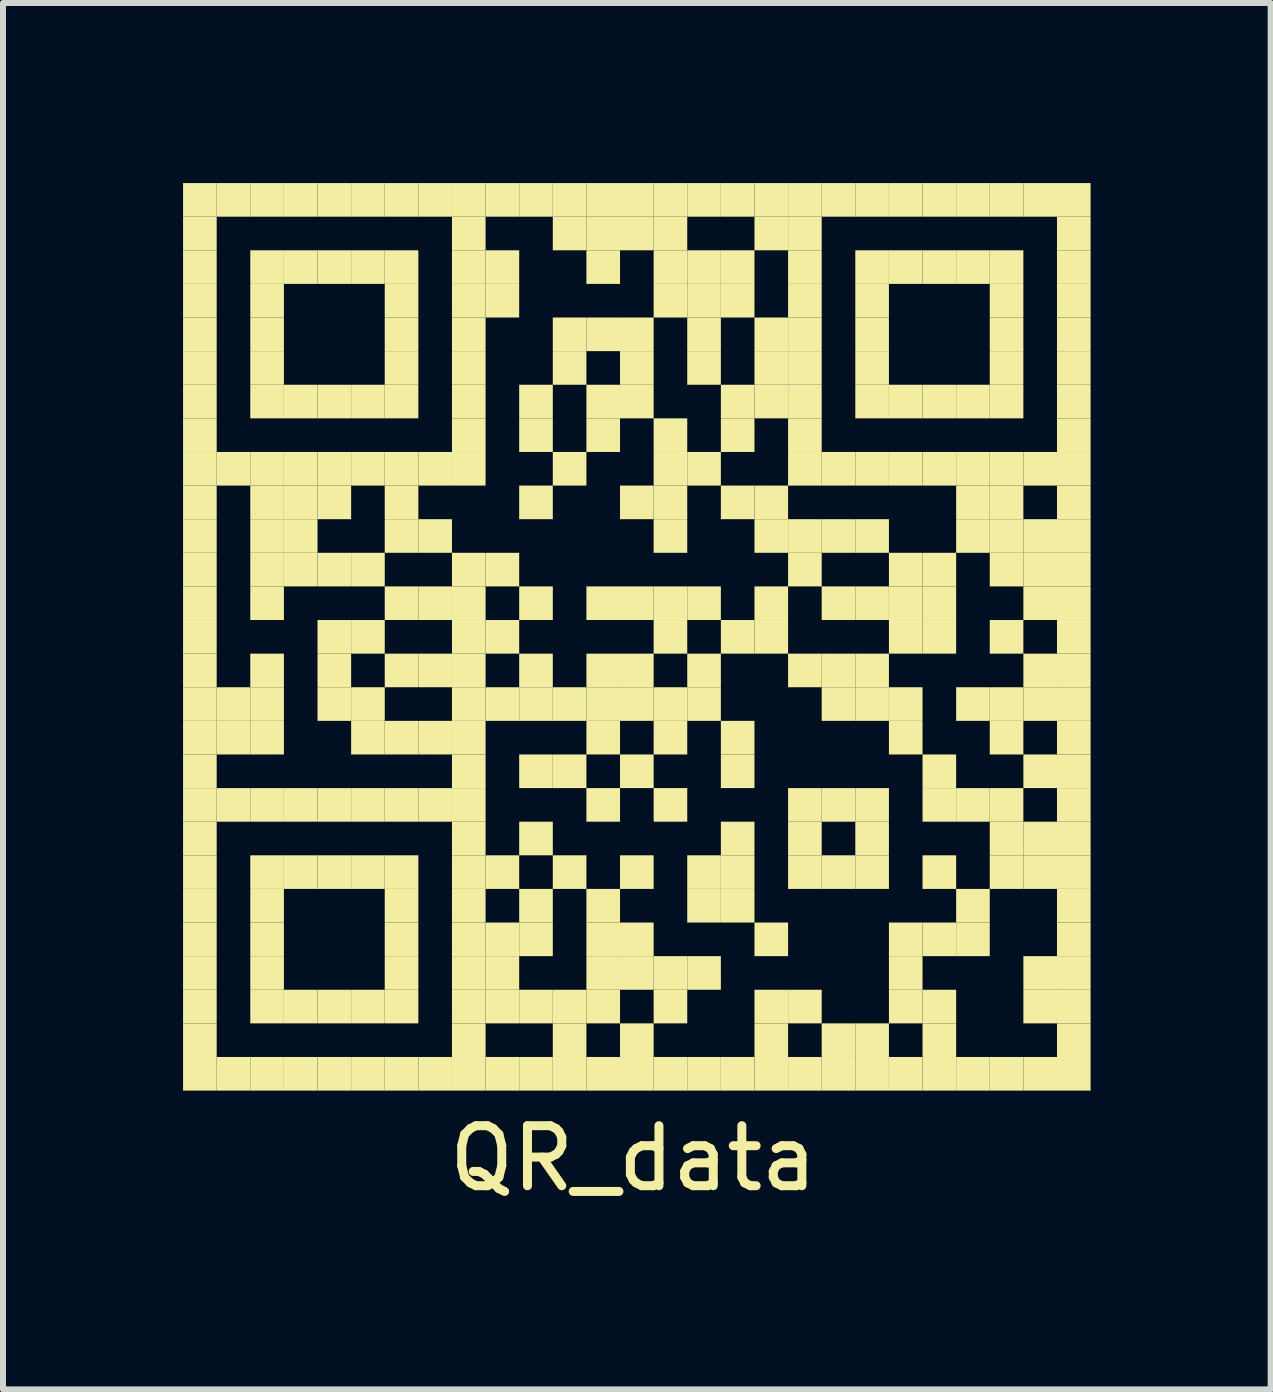
<source format=kicad_pcb>
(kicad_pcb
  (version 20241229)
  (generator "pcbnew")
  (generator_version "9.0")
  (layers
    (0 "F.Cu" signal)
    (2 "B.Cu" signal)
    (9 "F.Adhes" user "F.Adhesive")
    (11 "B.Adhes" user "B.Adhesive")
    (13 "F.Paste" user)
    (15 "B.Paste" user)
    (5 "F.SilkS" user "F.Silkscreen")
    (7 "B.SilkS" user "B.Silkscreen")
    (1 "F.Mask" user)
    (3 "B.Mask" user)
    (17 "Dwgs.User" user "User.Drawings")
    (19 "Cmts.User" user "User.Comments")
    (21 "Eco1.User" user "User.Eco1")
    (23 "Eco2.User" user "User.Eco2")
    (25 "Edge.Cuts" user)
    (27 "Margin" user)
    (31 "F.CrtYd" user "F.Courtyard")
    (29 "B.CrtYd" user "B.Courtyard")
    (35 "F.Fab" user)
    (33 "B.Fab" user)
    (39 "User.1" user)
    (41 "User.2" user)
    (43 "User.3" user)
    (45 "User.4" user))
  (footprint "QR_data"
    (layer "F.Cu")
    (at 7.5 7.5)
    (property "Reference" "QR_data" (at 0 8.75 0) (layer "F.SilkS") (effects (font (size 1 1) (thickness 0.15))))
    (attr exclude_from_pos_files exclude_from_bom)
    (fp_poly (pts (xy -7.5 -7.5) (xy -7.5 -6.94) (xy -6.94 -6.94) (xy -6.94 -7.5)) (stroke (width 0) (type solid)) (fill yes) (layer "F.SilkS"))
    (fp_poly (pts (xy -7.5 -6.94) (xy -7.5 -6.38) (xy -6.94 -6.38) (xy -6.94 -6.94)) (stroke (width 0) (type solid)) (fill yes) (layer "F.SilkS"))
    (fp_poly (pts (xy -7.5 -6.38) (xy -7.5 -5.82) (xy -6.94 -5.82) (xy -6.94 -6.38)) (stroke (width 0) (type solid)) (fill yes) (layer "F.SilkS"))
    (fp_poly (pts (xy -7.5 -5.82) (xy -7.5 -5.26) (xy -6.94 -5.26) (xy -6.94 -5.82)) (stroke (width 0) (type solid)) (fill yes) (layer "F.SilkS"))
    (fp_poly (pts (xy -7.5 -5.26) (xy -7.5 -4.7) (xy -6.94 -4.7) (xy -6.94 -5.26)) (stroke (width 0) (type solid)) (fill yes) (layer "F.SilkS"))
    (fp_poly (pts (xy -7.5 -4.7) (xy -7.5 -4.14) (xy -6.94 -4.14) (xy -6.94 -4.7)) (stroke (width 0) (type solid)) (fill yes) (layer "F.SilkS"))
    (fp_poly (pts (xy -7.5 -4.14) (xy -7.5 -3.58) (xy -6.94 -3.58) (xy -6.94 -4.14)) (stroke (width 0) (type solid)) (fill yes) (layer "F.SilkS"))
    (fp_poly (pts (xy -7.5 -3.58) (xy -7.5 -3.02) (xy -6.94 -3.02) (xy -6.94 -3.58)) (stroke (width 0) (type solid)) (fill yes) (layer "F.SilkS"))
    (fp_poly (pts (xy -7.5 -3.02) (xy -7.5 -2.46) (xy -6.94 -2.46) (xy -6.94 -3.02)) (stroke (width 0) (type solid)) (fill yes) (layer "F.SilkS"))
    (fp_poly (pts (xy -7.5 -2.46) (xy -7.5 -1.9) (xy -6.94 -1.9) (xy -6.94 -2.46)) (stroke (width 0) (type solid)) (fill yes) (layer "F.SilkS"))
    (fp_poly (pts (xy -7.5 -1.9) (xy -7.5 -1.34) (xy -6.94 -1.34) (xy -6.94 -1.9)) (stroke (width 0) (type solid)) (fill yes) (layer "F.SilkS"))
    (fp_poly (pts (xy -7.5 -1.34) (xy -7.5 -0.78) (xy -6.94 -0.78) (xy -6.94 -1.34)) (stroke (width 0) (type solid)) (fill yes) (layer "F.SilkS"))
    (fp_poly (pts (xy -7.5 -0.78) (xy -7.5 -0.22) (xy -6.94 -0.22) (xy -6.94 -0.78)) (stroke (width 0) (type solid)) (fill yes) (layer "F.SilkS"))
    (fp_poly (pts (xy -7.5 -0.22) (xy -7.5 0.34) (xy -6.94 0.34) (xy -6.94 -0.22)) (stroke (width 0) (type solid)) (fill yes) (layer "F.SilkS"))
    (fp_poly (pts (xy -7.5 0.34) (xy -7.5 0.9) (xy -6.94 0.9) (xy -6.94 0.34)) (stroke (width 0) (type solid)) (fill yes) (layer "F.SilkS"))
    (fp_poly (pts (xy -7.5 0.9) (xy -7.5 1.46) (xy -6.94 1.46) (xy -6.94 0.9)) (stroke (width 0) (type solid)) (fill yes) (layer "F.SilkS"))
    (fp_poly (pts (xy -7.5 1.46) (xy -7.5 2.02) (xy -6.94 2.02) (xy -6.94 1.46)) (stroke (width 0) (type solid)) (fill yes) (layer "F.SilkS"))
    (fp_poly (pts (xy -7.5 2.02) (xy -7.5 2.58) (xy -6.94 2.58) (xy -6.94 2.02)) (stroke (width 0) (type solid)) (fill yes) (layer "F.SilkS"))
    (fp_poly (pts (xy -7.5 2.58) (xy -7.5 3.14) (xy -6.94 3.14) (xy -6.94 2.58)) (stroke (width 0) (type solid)) (fill yes) (layer "F.SilkS"))
    (fp_poly (pts (xy -7.5 3.14) (xy -7.5 3.7) (xy -6.94 3.7) (xy -6.94 3.14)) (stroke (width 0) (type solid)) (fill yes) (layer "F.SilkS"))
    (fp_poly (pts (xy -7.5 3.7) (xy -7.5 4.26) (xy -6.94 4.26) (xy -6.94 3.7)) (stroke (width 0) (type solid)) (fill yes) (layer "F.SilkS"))
    (fp_poly (pts (xy -7.5 4.26) (xy -7.5 4.82) (xy -6.94 4.82) (xy -6.94 4.26)) (stroke (width 0) (type solid)) (fill yes) (layer "F.SilkS"))
    (fp_poly (pts (xy -7.5 4.82) (xy -7.5 5.38) (xy -6.94 5.38) (xy -6.94 4.82)) (stroke (width 0) (type solid)) (fill yes) (layer "F.SilkS"))
    (fp_poly (pts (xy -7.5 5.38) (xy -7.5 5.94) (xy -6.94 5.94) (xy -6.94 5.38)) (stroke (width 0) (type solid)) (fill yes) (layer "F.SilkS"))
    (fp_poly (pts (xy -7.5 5.94) (xy -7.5 6.5) (xy -6.94 6.5) (xy -6.94 5.94)) (stroke (width 0) (type solid)) (fill yes) (layer "F.SilkS"))
    (fp_poly (pts (xy -7.5 6.5) (xy -7.5 7.06) (xy -6.94 7.06) (xy -6.94 6.5)) (stroke (width 0) (type solid)) (fill yes) (layer "F.SilkS"))
    (fp_poly (pts (xy -7.5 7.06) (xy -7.5 7.62) (xy -6.94 7.62) (xy -6.94 7.06)) (stroke (width 0) (type solid)) (fill yes) (layer "F.SilkS"))
    (fp_poly (pts (xy -6.94 -7.5) (xy -6.94 -6.94) (xy -6.38 -6.94) (xy -6.38 -7.5)) (stroke (width 0) (type solid)) (fill yes) (layer "F.SilkS"))
    (fp_poly (pts (xy -6.94 -3.02) (xy -6.94 -2.46) (xy -6.38 -2.46) (xy -6.38 -3.02)) (stroke (width 0) (type solid)) (fill yes) (layer "F.SilkS"))
    (fp_poly (pts (xy -6.94 0.9) (xy -6.94 1.46) (xy -6.38 1.46) (xy -6.38 0.9)) (stroke (width 0) (type solid)) (fill yes) (layer "F.SilkS"))
    (fp_poly (pts (xy -6.94 1.46) (xy -6.94 2.02) (xy -6.38 2.02) (xy -6.38 1.46)) (stroke (width 0) (type solid)) (fill yes) (layer "F.SilkS"))
    (fp_poly (pts (xy -6.94 2.58) (xy -6.94 3.14) (xy -6.38 3.14) (xy -6.38 2.58)) (stroke (width 0) (type solid)) (fill yes) (layer "F.SilkS"))
    (fp_poly (pts (xy -6.94 7.06) (xy -6.94 7.62) (xy -6.38 7.62) (xy -6.38 7.06)) (stroke (width 0) (type solid)) (fill yes) (layer "F.SilkS"))
    (fp_poly (pts (xy -6.38 -7.5) (xy -6.38 -6.94) (xy -5.82 -6.94) (xy -5.82 -7.5)) (stroke (width 0) (type solid)) (fill yes) (layer "F.SilkS"))
    (fp_poly (pts (xy -6.38 -6.38) (xy -6.38 -5.82) (xy -5.82 -5.82) (xy -5.82 -6.38)) (stroke (width 0) (type solid)) (fill yes) (layer "F.SilkS"))
    (fp_poly (pts (xy -6.38 -5.82) (xy -6.38 -5.26) (xy -5.82 -5.26) (xy -5.82 -5.82)) (stroke (width 0) (type solid)) (fill yes) (layer "F.SilkS"))
    (fp_poly (pts (xy -6.38 -5.26) (xy -6.38 -4.7) (xy -5.82 -4.7) (xy -5.82 -5.26)) (stroke (width 0) (type solid)) (fill yes) (layer "F.SilkS"))
    (fp_poly (pts (xy -6.38 -4.7) (xy -6.38 -4.14) (xy -5.82 -4.14) (xy -5.82 -4.7)) (stroke (width 0) (type solid)) (fill yes) (layer "F.SilkS"))
    (fp_poly (pts (xy -6.38 -4.14) (xy -6.38 -3.58) (xy -5.82 -3.58) (xy -5.82 -4.14)) (stroke (width 0) (type solid)) (fill yes) (layer "F.SilkS"))
    (fp_poly (pts (xy -6.38 -3.02) (xy -6.38 -2.46) (xy -5.82 -2.46) (xy -5.82 -3.02)) (stroke (width 0) (type solid)) (fill yes) (layer "F.SilkS"))
    (fp_poly (pts (xy -6.38 -2.46) (xy -6.38 -1.9) (xy -5.82 -1.9) (xy -5.82 -2.46)) (stroke (width 0) (type solid)) (fill yes) (layer "F.SilkS"))
    (fp_poly (pts (xy -6.38 -1.9) (xy -6.38 -1.34) (xy -5.82 -1.34) (xy -5.82 -1.9)) (stroke (width 0) (type solid)) (fill yes) (layer "F.SilkS"))
    (fp_poly (pts (xy -6.38 -1.34) (xy -6.38 -0.78) (xy -5.82 -0.78) (xy -5.82 -1.34)) (stroke (width 0) (type solid)) (fill yes) (layer "F.SilkS"))
    (fp_poly (pts (xy -6.38 -0.78) (xy -6.38 -0.22) (xy -5.82 -0.22) (xy -5.82 -0.78)) (stroke (width 0) (type solid)) (fill yes) (layer "F.SilkS"))
    (fp_poly (pts (xy -6.38 0.34) (xy -6.38 0.9) (xy -5.82 0.9) (xy -5.82 0.34)) (stroke (width 0) (type solid)) (fill yes) (layer "F.SilkS"))
    (fp_poly (pts (xy -6.38 0.9) (xy -6.38 1.46) (xy -5.82 1.46) (xy -5.82 0.9)) (stroke (width 0) (type solid)) (fill yes) (layer "F.SilkS"))
    (fp_poly (pts (xy -6.38 1.46) (xy -6.38 2.02) (xy -5.82 2.02) (xy -5.82 1.46)) (stroke (width 0) (type solid)) (fill yes) (layer "F.SilkS"))
    (fp_poly (pts (xy -6.38 2.58) (xy -6.38 3.14) (xy -5.82 3.14) (xy -5.82 2.58)) (stroke (width 0) (type solid)) (fill yes) (layer "F.SilkS"))
    (fp_poly (pts (xy -6.38 3.7) (xy -6.38 4.26) (xy -5.82 4.26) (xy -5.82 3.7)) (stroke (width 0) (type solid)) (fill yes) (layer "F.SilkS"))
    (fp_poly (pts (xy -6.38 4.26) (xy -6.38 4.82) (xy -5.82 4.82) (xy -5.82 4.26)) (stroke (width 0) (type solid)) (fill yes) (layer "F.SilkS"))
    (fp_poly (pts (xy -6.38 4.82) (xy -6.38 5.38) (xy -5.82 5.38) (xy -5.82 4.82)) (stroke (width 0) (type solid)) (fill yes) (layer "F.SilkS"))
    (fp_poly (pts (xy -6.38 5.38) (xy -6.38 5.94) (xy -5.82 5.94) (xy -5.82 5.38)) (stroke (width 0) (type solid)) (fill yes) (layer "F.SilkS"))
    (fp_poly (pts (xy -6.38 5.94) (xy -6.38 6.5) (xy -5.82 6.5) (xy -5.82 5.94)) (stroke (width 0) (type solid)) (fill yes) (layer "F.SilkS"))
    (fp_poly (pts (xy -6.38 7.06) (xy -6.38 7.62) (xy -5.82 7.62) (xy -5.82 7.06)) (stroke (width 0) (type solid)) (fill yes) (layer "F.SilkS"))
    (fp_poly (pts (xy -5.82 -7.5) (xy -5.82 -6.94) (xy -5.26 -6.94) (xy -5.26 -7.5)) (stroke (width 0) (type solid)) (fill yes) (layer "F.SilkS"))
    (fp_poly (pts (xy -5.82 -6.38) (xy -5.82 -5.82) (xy -5.26 -5.82) (xy -5.26 -6.38)) (stroke (width 0) (type solid)) (fill yes) (layer "F.SilkS"))
    (fp_poly (pts (xy -5.82 -4.14) (xy -5.82 -3.58) (xy -5.26 -3.58) (xy -5.26 -4.14)) (stroke (width 0) (type solid)) (fill yes) (layer "F.SilkS"))
    (fp_poly (pts (xy -5.82 -3.02) (xy -5.82 -2.46) (xy -5.26 -2.46) (xy -5.26 -3.02)) (stroke (width 0) (type solid)) (fill yes) (layer "F.SilkS"))
    (fp_poly (pts (xy -5.82 -2.46) (xy -5.82 -1.9) (xy -5.26 -1.9) (xy -5.26 -2.46)) (stroke (width 0) (type solid)) (fill yes) (layer "F.SilkS"))
    (fp_poly (pts (xy -5.82 -1.9) (xy -5.82 -1.34) (xy -5.26 -1.34) (xy -5.26 -1.9)) (stroke (width 0) (type solid)) (fill yes) (layer "F.SilkS"))
    (fp_poly (pts (xy -5.82 -1.34) (xy -5.82 -0.78) (xy -5.26 -0.78) (xy -5.26 -1.34)) (stroke (width 0) (type solid)) (fill yes) (layer "F.SilkS"))
    (fp_poly (pts (xy -5.82 2.58) (xy -5.82 3.14) (xy -5.26 3.14) (xy -5.26 2.58)) (stroke (width 0) (type solid)) (fill yes) (layer "F.SilkS"))
    (fp_poly (pts (xy -5.82 3.7) (xy -5.82 4.26) (xy -5.26 4.26) (xy -5.26 3.7)) (stroke (width 0) (type solid)) (fill yes) (layer "F.SilkS"))
    (fp_poly (pts (xy -5.82 5.94) (xy -5.82 6.5) (xy -5.26 6.5) (xy -5.26 5.94)) (stroke (width 0) (type solid)) (fill yes) (layer "F.SilkS"))
    (fp_poly (pts (xy -5.82 7.06) (xy -5.82 7.62) (xy -5.26 7.62) (xy -5.26 7.06)) (stroke (width 0) (type solid)) (fill yes) (layer "F.SilkS"))
    (fp_poly (pts (xy -5.26 -7.5) (xy -5.26 -6.94) (xy -4.7 -6.94) (xy -4.7 -7.5)) (stroke (width 0) (type solid)) (fill yes) (layer "F.SilkS"))
    (fp_poly (pts (xy -5.26 -6.38) (xy -5.26 -5.82) (xy -4.7 -5.82) (xy -4.7 -6.38)) (stroke (width 0) (type solid)) (fill yes) (layer "F.SilkS"))
    (fp_poly (pts (xy -5.26 -4.14) (xy -5.26 -3.58) (xy -4.7 -3.58) (xy -4.7 -4.14)) (stroke (width 0) (type solid)) (fill yes) (layer "F.SilkS"))
    (fp_poly (pts (xy -5.26 -3.02) (xy -5.26 -2.46) (xy -4.7 -2.46) (xy -4.7 -3.02)) (stroke (width 0) (type solid)) (fill yes) (layer "F.SilkS"))
    (fp_poly (pts (xy -5.26 -2.46) (xy -5.26 -1.9) (xy -4.7 -1.9) (xy -4.7 -2.46)) (stroke (width 0) (type solid)) (fill yes) (layer "F.SilkS"))
    (fp_poly (pts (xy -5.26 -1.34) (xy -5.26 -0.78) (xy -4.7 -0.78) (xy -4.7 -1.34)) (stroke (width 0) (type solid)) (fill yes) (layer "F.SilkS"))
    (fp_poly (pts (xy -5.26 -0.22) (xy -5.26 0.34) (xy -4.7 0.34) (xy -4.7 -0.22)) (stroke (width 0) (type solid)) (fill yes) (layer "F.SilkS"))
    (fp_poly (pts (xy -5.26 0.34) (xy -5.26 0.9) (xy -4.7 0.9) (xy -4.7 0.34)) (stroke (width 0) (type solid)) (fill yes) (layer "F.SilkS"))
    (fp_poly (pts (xy -5.26 0.9) (xy -5.26 1.46) (xy -4.7 1.46) (xy -4.7 0.9)) (stroke (width 0) (type solid)) (fill yes) (layer "F.SilkS"))
    (fp_poly (pts (xy -5.26 2.58) (xy -5.26 3.14) (xy -4.7 3.14) (xy -4.7 2.58)) (stroke (width 0) (type solid)) (fill yes) (layer "F.SilkS"))
    (fp_poly (pts (xy -5.26 3.7) (xy -5.26 4.26) (xy -4.7 4.26) (xy -4.7 3.7)) (stroke (width 0) (type solid)) (fill yes) (layer "F.SilkS"))
    (fp_poly (pts (xy -5.26 5.94) (xy -5.26 6.5) (xy -4.7 6.5) (xy -4.7 5.94)) (stroke (width 0) (type solid)) (fill yes) (layer "F.SilkS"))
    (fp_poly (pts (xy -5.26 7.06) (xy -5.26 7.62) (xy -4.7 7.62) (xy -4.7 7.06)) (stroke (width 0) (type solid)) (fill yes) (layer "F.SilkS"))
    (fp_poly (pts (xy -4.7 -7.5) (xy -4.7 -6.94) (xy -4.14 -6.94) (xy -4.14 -7.5)) (stroke (width 0) (type solid)) (fill yes) (layer "F.SilkS"))
    (fp_poly (pts (xy -4.7 -6.38) (xy -4.7 -5.82) (xy -4.14 -5.82) (xy -4.14 -6.38)) (stroke (width 0) (type solid)) (fill yes) (layer "F.SilkS"))
    (fp_poly (pts (xy -4.7 -4.14) (xy -4.7 -3.58) (xy -4.14 -3.58) (xy -4.14 -4.14)) (stroke (width 0) (type solid)) (fill yes) (layer "F.SilkS"))
    (fp_poly (pts (xy -4.7 -3.02) (xy -4.7 -2.46) (xy -4.14 -2.46) (xy -4.14 -3.02)) (stroke (width 0) (type solid)) (fill yes) (layer "F.SilkS"))
    (fp_poly (pts (xy -4.7 -1.34) (xy -4.7 -0.78) (xy -4.14 -0.78) (xy -4.14 -1.34)) (stroke (width 0) (type solid)) (fill yes) (layer "F.SilkS"))
    (fp_poly (pts (xy -4.7 -0.22) (xy -4.7 0.34) (xy -4.14 0.34) (xy -4.14 -0.22)) (stroke (width 0) (type solid)) (fill yes) (layer "F.SilkS"))
    (fp_poly (pts (xy -4.7 0.9) (xy -4.7 1.46) (xy -4.14 1.46) (xy -4.14 0.9)) (stroke (width 0) (type solid)) (fill yes) (layer "F.SilkS"))
    (fp_poly (pts (xy -4.7 1.46) (xy -4.7 2.02) (xy -4.14 2.02) (xy -4.14 1.46)) (stroke (width 0) (type solid)) (fill yes) (layer "F.SilkS"))
    (fp_poly (pts (xy -4.7 2.58) (xy -4.7 3.14) (xy -4.14 3.14) (xy -4.14 2.58)) (stroke (width 0) (type solid)) (fill yes) (layer "F.SilkS"))
    (fp_poly (pts (xy -4.7 3.7) (xy -4.7 4.26) (xy -4.14 4.26) (xy -4.14 3.7)) (stroke (width 0) (type solid)) (fill yes) (layer "F.SilkS"))
    (fp_poly (pts (xy -4.7 5.94) (xy -4.7 6.5) (xy -4.14 6.5) (xy -4.14 5.94)) (stroke (width 0) (type solid)) (fill yes) (layer "F.SilkS"))
    (fp_poly (pts (xy -4.7 7.06) (xy -4.7 7.62) (xy -4.14 7.62) (xy -4.14 7.06)) (stroke (width 0) (type solid)) (fill yes) (layer "F.SilkS"))
    (fp_poly (pts (xy -4.14 -7.5) (xy -4.14 -6.94) (xy -3.58 -6.94) (xy -3.58 -7.5)) (stroke (width 0) (type solid)) (fill yes) (layer "F.SilkS"))
    (fp_poly (pts (xy -4.14 -6.38) (xy -4.14 -5.82) (xy -3.58 -5.82) (xy -3.58 -6.38)) (stroke (width 0) (type solid)) (fill yes) (layer "F.SilkS"))
    (fp_poly (pts (xy -4.14 -5.82) (xy -4.14 -5.26) (xy -3.58 -5.26) (xy -3.58 -5.82)) (stroke (width 0) (type solid)) (fill yes) (layer "F.SilkS"))
    (fp_poly (pts (xy -4.14 -5.26) (xy -4.14 -4.7) (xy -3.58 -4.7) (xy -3.58 -5.26)) (stroke (width 0) (type solid)) (fill yes) (layer "F.SilkS"))
    (fp_poly (pts (xy -4.14 -4.7) (xy -4.14 -4.14) (xy -3.58 -4.14) (xy -3.58 -4.7)) (stroke (width 0) (type solid)) (fill yes) (layer "F.SilkS"))
    (fp_poly (pts (xy -4.14 -4.14) (xy -4.14 -3.58) (xy -3.58 -3.58) (xy -3.58 -4.14)) (stroke (width 0) (type solid)) (fill yes) (layer "F.SilkS"))
    (fp_poly (pts (xy -4.14 -3.02) (xy -4.14 -2.46) (xy -3.58 -2.46) (xy -3.58 -3.02)) (stroke (width 0) (type solid)) (fill yes) (layer "F.SilkS"))
    (fp_poly (pts (xy -4.14 -2.46) (xy -4.14 -1.9) (xy -3.58 -1.9) (xy -3.58 -2.46)) (stroke (width 0) (type solid)) (fill yes) (layer "F.SilkS"))
    (fp_poly (pts (xy -4.14 -1.9) (xy -4.14 -1.34) (xy -3.58 -1.34) (xy -3.58 -1.9)) (stroke (width 0) (type solid)) (fill yes) (layer "F.SilkS"))
    (fp_poly (pts (xy -4.14 -0.78) (xy -4.14 -0.22) (xy -3.58 -0.22) (xy -3.58 -0.78)) (stroke (width 0) (type solid)) (fill yes) (layer "F.SilkS"))
    (fp_poly (pts (xy -4.14 0.34) (xy -4.14 0.9) (xy -3.58 0.9) (xy -3.58 0.34)) (stroke (width 0) (type solid)) (fill yes) (layer "F.SilkS"))
    (fp_poly (pts (xy -4.14 1.46) (xy -4.14 2.02) (xy -3.58 2.02) (xy -3.58 1.46)) (stroke (width 0) (type solid)) (fill yes) (layer "F.SilkS"))
    (fp_poly (pts (xy -4.14 2.58) (xy -4.14 3.14) (xy -3.58 3.14) (xy -3.58 2.58)) (stroke (width 0) (type solid)) (fill yes) (layer "F.SilkS"))
    (fp_poly (pts (xy -4.14 3.7) (xy -4.14 4.26) (xy -3.58 4.26) (xy -3.58 3.7)) (stroke (width 0) (type solid)) (fill yes) (layer "F.SilkS"))
    (fp_poly (pts (xy -4.14 4.26) (xy -4.14 4.82) (xy -3.58 4.82) (xy -3.58 4.26)) (stroke (width 0) (type solid)) (fill yes) (layer "F.SilkS"))
    (fp_poly (pts (xy -4.14 4.82) (xy -4.14 5.38) (xy -3.58 5.38) (xy -3.58 4.82)) (stroke (width 0) (type solid)) (fill yes) (layer "F.SilkS"))
    (fp_poly (pts (xy -4.14 5.38) (xy -4.14 5.94) (xy -3.58 5.94) (xy -3.58 5.38)) (stroke (width 0) (type solid)) (fill yes) (layer "F.SilkS"))
    (fp_poly (pts (xy -4.14 5.94) (xy -4.14 6.5) (xy -3.58 6.5) (xy -3.58 5.94)) (stroke (width 0) (type solid)) (fill yes) (layer "F.SilkS"))
    (fp_poly (pts (xy -4.14 7.06) (xy -4.14 7.62) (xy -3.58 7.62) (xy -3.58 7.06)) (stroke (width 0) (type solid)) (fill yes) (layer "F.SilkS"))
    (fp_poly (pts (xy -3.58 -7.5) (xy -3.58 -6.94) (xy -3.02 -6.94) (xy -3.02 -7.5)) (stroke (width 0) (type solid)) (fill yes) (layer "F.SilkS"))
    (fp_poly (pts (xy -3.58 -3.02) (xy -3.58 -2.46) (xy -3.02 -2.46) (xy -3.02 -3.02)) (stroke (width 0) (type solid)) (fill yes) (layer "F.SilkS"))
    (fp_poly (pts (xy -3.58 -1.9) (xy -3.58 -1.34) (xy -3.02 -1.34) (xy -3.02 -1.9)) (stroke (width 0) (type solid)) (fill yes) (layer "F.SilkS"))
    (fp_poly (pts (xy -3.58 -0.78) (xy -3.58 -0.22) (xy -3.02 -0.22) (xy -3.02 -0.78)) (stroke (width 0) (type solid)) (fill yes) (layer "F.SilkS"))
    (fp_poly (pts (xy -3.58 0.34) (xy -3.58 0.9) (xy -3.02 0.9) (xy -3.02 0.34)) (stroke (width 0) (type solid)) (fill yes) (layer "F.SilkS"))
    (fp_poly (pts (xy -3.58 1.46) (xy -3.58 2.02) (xy -3.02 2.02) (xy -3.02 1.46)) (stroke (width 0) (type solid)) (fill yes) (layer "F.SilkS"))
    (fp_poly (pts (xy -3.58 2.58) (xy -3.58 3.14) (xy -3.02 3.14) (xy -3.02 2.58)) (stroke (width 0) (type solid)) (fill yes) (layer "F.SilkS"))
    (fp_poly (pts (xy -3.58 7.06) (xy -3.58 7.62) (xy -3.02 7.62) (xy -3.02 7.06)) (stroke (width 0) (type solid)) (fill yes) (layer "F.SilkS"))
    (fp_poly (pts (xy -3.02 -7.5) (xy -3.02 -6.94) (xy -2.46 -6.94) (xy -2.46 -7.5)) (stroke (width 0) (type solid)) (fill yes) (layer "F.SilkS"))
    (fp_poly (pts (xy -3.02 -6.94) (xy -3.02 -6.38) (xy -2.46 -6.38) (xy -2.46 -6.94)) (stroke (width 0) (type solid)) (fill yes) (layer "F.SilkS"))
    (fp_poly (pts (xy -3.02 -6.38) (xy -3.02 -5.82) (xy -2.46 -5.82) (xy -2.46 -6.38)) (stroke (width 0) (type solid)) (fill yes) (layer "F.SilkS"))
    (fp_poly (pts (xy -3.02 -5.82) (xy -3.02 -5.26) (xy -2.46 -5.26) (xy -2.46 -5.82)) (stroke (width 0) (type solid)) (fill yes) (layer "F.SilkS"))
    (fp_poly (pts (xy -3.02 -5.26) (xy -3.02 -4.7) (xy -2.46 -4.7) (xy -2.46 -5.26)) (stroke (width 0) (type solid)) (fill yes) (layer "F.SilkS"))
    (fp_poly (pts (xy -3.02 -4.7) (xy -3.02 -4.14) (xy -2.46 -4.14) (xy -2.46 -4.7)) (stroke (width 0) (type solid)) (fill yes) (layer "F.SilkS"))
    (fp_poly (pts (xy -3.02 -4.14) (xy -3.02 -3.58) (xy -2.46 -3.58) (xy -2.46 -4.14)) (stroke (width 0) (type solid)) (fill yes) (layer "F.SilkS"))
    (fp_poly (pts (xy -3.02 -3.58) (xy -3.02 -3.02) (xy -2.46 -3.02) (xy -2.46 -3.58)) (stroke (width 0) (type solid)) (fill yes) (layer "F.SilkS"))
    (fp_poly (pts (xy -3.02 -3.02) (xy -3.02 -2.46) (xy -2.46 -2.46) (xy -2.46 -3.02)) (stroke (width 0) (type solid)) (fill yes) (layer "F.SilkS"))
    (fp_poly (pts (xy -3.02 -1.34) (xy -3.02 -0.78) (xy -2.46 -0.78) (xy -2.46 -1.34)) (stroke (width 0) (type solid)) (fill yes) (layer "F.SilkS"))
    (fp_poly (pts (xy -3.02 -0.78) (xy -3.02 -0.22) (xy -2.46 -0.22) (xy -2.46 -0.78)) (stroke (width 0) (type solid)) (fill yes) (layer "F.SilkS"))
    (fp_poly (pts (xy -3.02 -0.22) (xy -3.02 0.34) (xy -2.46 0.34) (xy -2.46 -0.22)) (stroke (width 0) (type solid)) (fill yes) (layer "F.SilkS"))
    (fp_poly (pts (xy -3.02 0.34) (xy -3.02 0.9) (xy -2.46 0.9) (xy -2.46 0.34)) (stroke (width 0) (type solid)) (fill yes) (layer "F.SilkS"))
    (fp_poly (pts (xy -3.02 0.9) (xy -3.02 1.46) (xy -2.46 1.46) (xy -2.46 0.9)) (stroke (width 0) (type solid)) (fill yes) (layer "F.SilkS"))
    (fp_poly (pts (xy -3.02 1.46) (xy -3.02 2.02) (xy -2.46 2.02) (xy -2.46 1.46)) (stroke (width 0) (type solid)) (fill yes) (layer "F.SilkS"))
    (fp_poly (pts (xy -3.02 2.02) (xy -3.02 2.58) (xy -2.46 2.58) (xy -2.46 2.02)) (stroke (width 0) (type solid)) (fill yes) (layer "F.SilkS"))
    (fp_poly (pts (xy -3.02 2.58) (xy -3.02 3.14) (xy -2.46 3.14) (xy -2.46 2.58)) (stroke (width 0) (type solid)) (fill yes) (layer "F.SilkS"))
    (fp_poly (pts (xy -3.02 3.14) (xy -3.02 3.7) (xy -2.46 3.7) (xy -2.46 3.14)) (stroke (width 0) (type solid)) (fill yes) (layer "F.SilkS"))
    (fp_poly (pts (xy -3.02 3.7) (xy -3.02 4.26) (xy -2.46 4.26) (xy -2.46 3.7)) (stroke (width 0) (type solid)) (fill yes) (layer "F.SilkS"))
    (fp_poly (pts (xy -3.02 4.26) (xy -3.02 4.82) (xy -2.46 4.82) (xy -2.46 4.26)) (stroke (width 0) (type solid)) (fill yes) (layer "F.SilkS"))
    (fp_poly (pts (xy -3.02 4.82) (xy -3.02 5.38) (xy -2.46 5.38) (xy -2.46 4.82)) (stroke (width 0) (type solid)) (fill yes) (layer "F.SilkS"))
    (fp_poly (pts (xy -3.02 5.38) (xy -3.02 5.94) (xy -2.46 5.94) (xy -2.46 5.38)) (stroke (width 0) (type solid)) (fill yes) (layer "F.SilkS"))
    (fp_poly (pts (xy -3.02 5.94) (xy -3.02 6.5) (xy -2.46 6.5) (xy -2.46 5.94)) (stroke (width 0) (type solid)) (fill yes) (layer "F.SilkS"))
    (fp_poly (pts (xy -3.02 6.5) (xy -3.02 7.06) (xy -2.46 7.06) (xy -2.46 6.5)) (stroke (width 0) (type solid)) (fill yes) (layer "F.SilkS"))
    (fp_poly (pts (xy -3.02 7.06) (xy -3.02 7.62) (xy -2.46 7.62) (xy -2.46 7.06)) (stroke (width 0) (type solid)) (fill yes) (layer "F.SilkS"))
    (fp_poly (pts (xy -2.46 -7.5) (xy -2.46 -6.94) (xy -1.9 -6.94) (xy -1.9 -7.5)) (stroke (width 0) (type solid)) (fill yes) (layer "F.SilkS"))
    (fp_poly (pts (xy -2.46 -6.38) (xy -2.46 -5.82) (xy -1.9 -5.82) (xy -1.9 -6.38)) (stroke (width 0) (type solid)) (fill yes) (layer "F.SilkS"))
    (fp_poly (pts (xy -2.46 -5.82) (xy -2.46 -5.26) (xy -1.9 -5.26) (xy -1.9 -5.82)) (stroke (width 0) (type solid)) (fill yes) (layer "F.SilkS"))
    (fp_poly (pts (xy -2.46 -1.34) (xy -2.46 -0.78) (xy -1.9 -0.78) (xy -1.9 -1.34)) (stroke (width 0) (type solid)) (fill yes) (layer "F.SilkS"))
    (fp_poly (pts (xy -2.46 -0.22) (xy -2.46 0.34) (xy -1.9 0.34) (xy -1.9 -0.22)) (stroke (width 0) (type solid)) (fill yes) (layer "F.SilkS"))
    (fp_poly (pts (xy -2.46 0.9) (xy -2.46 1.46) (xy -1.9 1.46) (xy -1.9 0.9)) (stroke (width 0) (type solid)) (fill yes) (layer "F.SilkS"))
    (fp_poly (pts (xy -2.46 3.7) (xy -2.46 4.26) (xy -1.9 4.26) (xy -1.9 3.7)) (stroke (width 0) (type solid)) (fill yes) (layer "F.SilkS"))
    (fp_poly (pts (xy -2.46 4.82) (xy -2.46 5.38) (xy -1.9 5.38) (xy -1.9 4.82)) (stroke (width 0) (type solid)) (fill yes) (layer "F.SilkS"))
    (fp_poly (pts (xy -2.46 5.38) (xy -2.46 5.94) (xy -1.9 5.94) (xy -1.9 5.38)) (stroke (width 0) (type solid)) (fill yes) (layer "F.SilkS"))
    (fp_poly (pts (xy -2.46 5.94) (xy -2.46 6.5) (xy -1.9 6.5) (xy -1.9 5.94)) (stroke (width 0) (type solid)) (fill yes) (layer "F.SilkS"))
    (fp_poly (pts (xy -2.46 7.06) (xy -2.46 7.62) (xy -1.9 7.62) (xy -1.9 7.06)) (stroke (width 0) (type solid)) (fill yes) (layer "F.SilkS"))
    (fp_poly (pts (xy -1.9 -7.5) (xy -1.9 -6.94) (xy -1.34 -6.94) (xy -1.34 -7.5)) (stroke (width 0) (type solid)) (fill yes) (layer "F.SilkS"))
    (fp_poly (pts (xy -1.9 -4.14) (xy -1.9 -3.58) (xy -1.34 -3.58) (xy -1.34 -4.14)) (stroke (width 0) (type solid)) (fill yes) (layer "F.SilkS"))
    (fp_poly (pts (xy -1.9 -3.58) (xy -1.9 -3.02) (xy -1.34 -3.02) (xy -1.34 -3.58)) (stroke (width 0) (type solid)) (fill yes) (layer "F.SilkS"))
    (fp_poly (pts (xy -1.9 -2.46) (xy -1.9 -1.9) (xy -1.34 -1.9) (xy -1.34 -2.46)) (stroke (width 0) (type solid)) (fill yes) (layer "F.SilkS"))
    (fp_poly (pts (xy -1.9 -0.78) (xy -1.9 -0.22) (xy -1.34 -0.22) (xy -1.34 -0.78)) (stroke (width 0) (type solid)) (fill yes) (layer "F.SilkS"))
    (fp_poly (pts (xy -1.9 0.34) (xy -1.9 0.9) (xy -1.34 0.9) (xy -1.34 0.34)) (stroke (width 0) (type solid)) (fill yes) (layer "F.SilkS"))
    (fp_poly (pts (xy -1.9 0.9) (xy -1.9 1.46) (xy -1.34 1.46) (xy -1.34 0.9)) (stroke (width 0) (type solid)) (fill yes) (layer "F.SilkS"))
    (fp_poly (pts (xy -1.9 2.02) (xy -1.9 2.58) (xy -1.34 2.58) (xy -1.34 2.02)) (stroke (width 0) (type solid)) (fill yes) (layer "F.SilkS"))
    (fp_poly (pts (xy -1.9 3.14) (xy -1.9 3.7) (xy -1.34 3.7) (xy -1.34 3.14)) (stroke (width 0) (type solid)) (fill yes) (layer "F.SilkS"))
    (fp_poly (pts (xy -1.9 4.26) (xy -1.9 4.82) (xy -1.34 4.82) (xy -1.34 4.26)) (stroke (width 0) (type solid)) (fill yes) (layer "F.SilkS"))
    (fp_poly (pts (xy -1.9 4.82) (xy -1.9 5.38) (xy -1.34 5.38) (xy -1.34 4.82)) (stroke (width 0) (type solid)) (fill yes) (layer "F.SilkS"))
    (fp_poly (pts (xy -1.9 5.94) (xy -1.9 6.5) (xy -1.34 6.5) (xy -1.34 5.94)) (stroke (width 0) (type solid)) (fill yes) (layer "F.SilkS"))
    (fp_poly (pts (xy -1.9 7.06) (xy -1.9 7.62) (xy -1.34 7.62) (xy -1.34 7.06)) (stroke (width 0) (type solid)) (fill yes) (layer "F.SilkS"))
    (fp_poly (pts (xy -1.34 -7.5) (xy -1.34 -6.94) (xy -0.78 -6.94) (xy -0.78 -7.5)) (stroke (width 0) (type solid)) (fill yes) (layer "F.SilkS"))
    (fp_poly (pts (xy -1.34 -6.94) (xy -1.34 -6.38) (xy -0.78 -6.38) (xy -0.78 -6.94)) (stroke (width 0) (type solid)) (fill yes) (layer "F.SilkS"))
    (fp_poly (pts (xy -1.34 -5.26) (xy -1.34 -4.7) (xy -0.78 -4.7) (xy -0.78 -5.26)) (stroke (width 0) (type solid)) (fill yes) (layer "F.SilkS"))
    (fp_poly (pts (xy -1.34 -4.7) (xy -1.34 -4.14) (xy -0.78 -4.14) (xy -0.78 -4.7)) (stroke (width 0) (type solid)) (fill yes) (layer "F.SilkS"))
    (fp_poly (pts (xy -1.34 -3.02) (xy -1.34 -2.46) (xy -0.78 -2.46) (xy -0.78 -3.02)) (stroke (width 0) (type solid)) (fill yes) (layer "F.SilkS"))
    (fp_poly (pts (xy -1.34 0.9) (xy -1.34 1.46) (xy -0.78 1.46) (xy -0.78 0.9)) (stroke (width 0) (type solid)) (fill yes) (layer "F.SilkS"))
    (fp_poly (pts (xy -1.34 2.02) (xy -1.34 2.58) (xy -0.78 2.58) (xy -0.78 2.02)) (stroke (width 0) (type solid)) (fill yes) (layer "F.SilkS"))
    (fp_poly (pts (xy -1.34 3.7) (xy -1.34 4.26) (xy -0.78 4.26) (xy -0.78 3.7)) (stroke (width 0) (type solid)) (fill yes) (layer "F.SilkS"))
    (fp_poly (pts (xy -1.34 5.94) (xy -1.34 6.5) (xy -0.78 6.5) (xy -0.78 5.94)) (stroke (width 0) (type solid)) (fill yes) (layer "F.SilkS"))
    (fp_poly (pts (xy -1.34 6.5) (xy -1.34 7.06) (xy -0.78 7.06) (xy -0.78 6.5)) (stroke (width 0) (type solid)) (fill yes) (layer "F.SilkS"))
    (fp_poly (pts (xy -1.34 7.06) (xy -1.34 7.62) (xy -0.78 7.62) (xy -0.78 7.06)) (stroke (width 0) (type solid)) (fill yes) (layer "F.SilkS"))
    (fp_poly (pts (xy -0.78 -7.5) (xy -0.78 -6.94) (xy -0.22 -6.94) (xy -0.22 -7.5)) (stroke (width 0) (type solid)) (fill yes) (layer "F.SilkS"))
    (fp_poly (pts (xy -0.78 -6.94) (xy -0.78 -6.38) (xy -0.22 -6.38) (xy -0.22 -6.94)) (stroke (width 0) (type solid)) (fill yes) (layer "F.SilkS"))
    (fp_poly (pts (xy -0.78 -6.38) (xy -0.78 -5.82) (xy -0.22 -5.82) (xy -0.22 -6.38)) (stroke (width 0) (type solid)) (fill yes) (layer "F.SilkS"))
    (fp_poly (pts (xy -0.78 -5.26) (xy -0.78 -4.7) (xy -0.22 -4.7) (xy -0.22 -5.26)) (stroke (width 0) (type solid)) (fill yes) (layer "F.SilkS"))
    (fp_poly (pts (xy -0.78 -4.14) (xy -0.78 -3.58) (xy -0.22 -3.58) (xy -0.22 -4.14)) (stroke (width 0) (type solid)) (fill yes) (layer "F.SilkS"))
    (fp_poly (pts (xy -0.78 -3.58) (xy -0.78 -3.02) (xy -0.22 -3.02) (xy -0.22 -3.58)) (stroke (width 0) (type solid)) (fill yes) (layer "F.SilkS"))
    (fp_poly (pts (xy -0.78 -0.78) (xy -0.78 -0.22) (xy -0.22 -0.22) (xy -0.22 -0.78)) (stroke (width 0) (type solid)) (fill yes) (layer "F.SilkS"))
    (fp_poly (pts (xy -0.78 0.34) (xy -0.78 0.9) (xy -0.22 0.9) (xy -0.22 0.34)) (stroke (width 0) (type solid)) (fill yes) (layer "F.SilkS"))
    (fp_poly (pts (xy -0.78 0.9) (xy -0.78 1.46) (xy -0.22 1.46) (xy -0.22 0.9)) (stroke (width 0) (type solid)) (fill yes) (layer "F.SilkS"))
    (fp_poly (pts (xy -0.78 1.46) (xy -0.78 2.02) (xy -0.22 2.02) (xy -0.22 1.46)) (stroke (width 0) (type solid)) (fill yes) (layer "F.SilkS"))
    (fp_poly (pts (xy -0.78 2.58) (xy -0.78 3.14) (xy -0.22 3.14) (xy -0.22 2.58)) (stroke (width 0) (type solid)) (fill yes) (layer "F.SilkS"))
    (fp_poly (pts (xy -0.78 4.26) (xy -0.78 4.82) (xy -0.22 4.82) (xy -0.22 4.26)) (stroke (width 0) (type solid)) (fill yes) (layer "F.SilkS"))
    (fp_poly (pts (xy -0.78 4.82) (xy -0.78 5.38) (xy -0.22 5.38) (xy -0.22 4.82)) (stroke (width 0) (type solid)) (fill yes) (layer "F.SilkS"))
    (fp_poly (pts (xy -0.78 5.38) (xy -0.78 5.94) (xy -0.22 5.94) (xy -0.22 5.38)) (stroke (width 0) (type solid)) (fill yes) (layer "F.SilkS"))
    (fp_poly (pts (xy -0.78 5.94) (xy -0.78 6.5) (xy -0.22 6.5) (xy -0.22 5.94)) (stroke (width 0) (type solid)) (fill yes) (layer "F.SilkS"))
    (fp_poly (pts (xy -0.78 7.06) (xy -0.78 7.62) (xy -0.22 7.62) (xy -0.22 7.06)) (stroke (width 0) (type solid)) (fill yes) (layer "F.SilkS"))
    (fp_poly (pts (xy -0.22 -7.5) (xy -0.22 -6.94) (xy 0.34 -6.94) (xy 0.34 -7.5)) (stroke (width 0) (type solid)) (fill yes) (layer "F.SilkS"))
    (fp_poly (pts (xy -0.22 -6.94) (xy -0.22 -6.38) (xy 0.34 -6.38) (xy 0.34 -6.94)) (stroke (width 0) (type solid)) (fill yes) (layer "F.SilkS"))
    (fp_poly (pts (xy -0.22 -5.26) (xy -0.22 -4.7) (xy 0.34 -4.7) (xy 0.34 -5.26)) (stroke (width 0) (type solid)) (fill yes) (layer "F.SilkS"))
    (fp_poly (pts (xy -0.22 -4.7) (xy -0.22 -4.14) (xy 0.34 -4.14) (xy 0.34 -4.7)) (stroke (width 0) (type solid)) (fill yes) (layer "F.SilkS"))
    (fp_poly (pts (xy -0.22 -4.14) (xy -0.22 -3.58) (xy 0.34 -3.58) (xy 0.34 -4.14)) (stroke (width 0) (type solid)) (fill yes) (layer "F.SilkS"))
    (fp_poly (pts (xy -0.22 -2.46) (xy -0.22 -1.9) (xy 0.34 -1.9) (xy 0.34 -2.46)) (stroke (width 0) (type solid)) (fill yes) (layer "F.SilkS"))
    (fp_poly (pts (xy -0.22 -0.78) (xy -0.22 -0.22) (xy 0.34 -0.22) (xy 0.34 -0.78)) (stroke (width 0) (type solid)) (fill yes) (layer "F.SilkS"))
    (fp_poly (pts (xy -0.22 0.34) (xy -0.22 0.9) (xy 0.34 0.9) (xy 0.34 0.34)) (stroke (width 0) (type solid)) (fill yes) (layer "F.SilkS"))
    (fp_poly (pts (xy -0.22 0.9) (xy -0.22 1.46) (xy 0.34 1.46) (xy 0.34 0.9)) (stroke (width 0) (type solid)) (fill yes) (layer "F.SilkS"))
    (fp_poly (pts (xy -0.22 2.02) (xy -0.22 2.58) (xy 0.34 2.58) (xy 0.34 2.02)) (stroke (width 0) (type solid)) (fill yes) (layer "F.SilkS"))
    (fp_poly (pts (xy -0.22 3.7) (xy -0.22 4.26) (xy 0.34 4.26) (xy 0.34 3.7)) (stroke (width 0) (type solid)) (fill yes) (layer "F.SilkS"))
    (fp_poly (pts (xy -0.22 4.82) (xy -0.22 5.38) (xy 0.34 5.38) (xy 0.34 4.82)) (stroke (width 0) (type solid)) (fill yes) (layer "F.SilkS"))
    (fp_poly (pts (xy -0.22 5.38) (xy -0.22 5.94) (xy 0.34 5.94) (xy 0.34 5.38)) (stroke (width 0) (type solid)) (fill yes) (layer "F.SilkS"))
    (fp_poly (pts (xy -0.22 6.5) (xy -0.22 7.06) (xy 0.34 7.06) (xy 0.34 6.5)) (stroke (width 0) (type solid)) (fill yes) (layer "F.SilkS"))
    (fp_poly (pts (xy -0.22 7.06) (xy -0.22 7.62) (xy 0.34 7.62) (xy 0.34 7.06)) (stroke (width 0) (type solid)) (fill yes) (layer "F.SilkS"))
    (fp_poly (pts (xy 0.34 -7.5) (xy 0.34 -6.94) (xy 0.9 -6.94) (xy 0.9 -7.5)) (stroke (width 0) (type solid)) (fill yes) (layer "F.SilkS"))
    (fp_poly (pts (xy 0.34 -6.94) (xy 0.34 -6.38) (xy 0.9 -6.38) (xy 0.9 -6.94)) (stroke (width 0) (type solid)) (fill yes) (layer "F.SilkS"))
    (fp_poly (pts (xy 0.34 -6.38) (xy 0.34 -5.82) (xy 0.9 -5.82) (xy 0.9 -6.38)) (stroke (width 0) (type solid)) (fill yes) (layer "F.SilkS"))
    (fp_poly (pts (xy 0.34 -5.82) (xy 0.34 -5.26) (xy 0.9 -5.26) (xy 0.9 -5.82)) (stroke (width 0) (type solid)) (fill yes) (layer "F.SilkS"))
    (fp_poly (pts (xy 0.34 -3.58) (xy 0.34 -3.02) (xy 0.9 -3.02) (xy 0.9 -3.58)) (stroke (width 0) (type solid)) (fill yes) (layer "F.SilkS"))
    (fp_poly (pts (xy 0.34 -3.02) (xy 0.34 -2.46) (xy 0.9 -2.46) (xy 0.9 -3.02)) (stroke (width 0) (type solid)) (fill yes) (layer "F.SilkS"))
    (fp_poly (pts (xy 0.34 -2.46) (xy 0.34 -1.9) (xy 0.9 -1.9) (xy 0.9 -2.46)) (stroke (width 0) (type solid)) (fill yes) (layer "F.SilkS"))
    (fp_poly (pts (xy 0.34 -1.9) (xy 0.34 -1.34) (xy 0.9 -1.34) (xy 0.9 -1.9)) (stroke (width 0) (type solid)) (fill yes) (layer "F.SilkS"))
    (fp_poly (pts (xy 0.34 -0.78) (xy 0.34 -0.22) (xy 0.9 -0.22) (xy 0.9 -0.78)) (stroke (width 0) (type solid)) (fill yes) (layer "F.SilkS"))
    (fp_poly (pts (xy 0.34 -0.22) (xy 0.34 0.34) (xy 0.9 0.34) (xy 0.9 -0.22)) (stroke (width 0) (type solid)) (fill yes) (layer "F.SilkS"))
    (fp_poly (pts (xy 0.34 0.9) (xy 0.34 1.46) (xy 0.9 1.46) (xy 0.9 0.9)) (stroke (width 0) (type solid)) (fill yes) (layer "F.SilkS"))
    (fp_poly (pts (xy 0.34 1.46) (xy 0.34 2.02) (xy 0.9 2.02) (xy 0.9 1.46)) (stroke (width 0) (type solid)) (fill yes) (layer "F.SilkS"))
    (fp_poly (pts (xy 0.34 2.58) (xy 0.34 3.14) (xy 0.9 3.14) (xy 0.9 2.58)) (stroke (width 0) (type solid)) (fill yes) (layer "F.SilkS"))
    (fp_poly (pts (xy 0.34 5.38) (xy 0.34 5.94) (xy 0.9 5.94) (xy 0.9 5.38)) (stroke (width 0) (type solid)) (fill yes) (layer "F.SilkS"))
    (fp_poly (pts (xy 0.34 5.94) (xy 0.34 6.5) (xy 0.9 6.5) (xy 0.9 5.94)) (stroke (width 0) (type solid)) (fill yes) (layer "F.SilkS"))
    (fp_poly (pts (xy 0.34 7.06) (xy 0.34 7.62) (xy 0.9 7.62) (xy 0.9 7.06)) (stroke (width 0) (type solid)) (fill yes) (layer "F.SilkS"))
    (fp_poly (pts (xy 0.9 -7.5) (xy 0.9 -6.94) (xy 1.46 -6.94) (xy 1.46 -7.5)) (stroke (width 0) (type solid)) (fill yes) (layer "F.SilkS"))
    (fp_poly (pts (xy 0.9 -6.38) (xy 0.9 -5.82) (xy 1.46 -5.82) (xy 1.46 -6.38)) (stroke (width 0) (type solid)) (fill yes) (layer "F.SilkS"))
    (fp_poly (pts (xy 0.9 -5.82) (xy 0.9 -5.26) (xy 1.46 -5.26) (xy 1.46 -5.82)) (stroke (width 0) (type solid)) (fill yes) (layer "F.SilkS"))
    (fp_poly (pts (xy 0.9 -5.26) (xy 0.9 -4.7) (xy 1.46 -4.7) (xy 1.46 -5.26)) (stroke (width 0) (type solid)) (fill yes) (layer "F.SilkS"))
    (fp_poly (pts (xy 0.9 -4.7) (xy 0.9 -4.14) (xy 1.46 -4.14) (xy 1.46 -4.7)) (stroke (width 0) (type solid)) (fill yes) (layer "F.SilkS"))
    (fp_poly (pts (xy 0.9 -3.02) (xy 0.9 -2.46) (xy 1.46 -2.46) (xy 1.46 -3.02)) (stroke (width 0) (type solid)) (fill yes) (layer "F.SilkS"))
    (fp_poly (pts (xy 0.9 -0.78) (xy 0.9 -0.22) (xy 1.46 -0.22) (xy 1.46 -0.78)) (stroke (width 0) (type solid)) (fill yes) (layer "F.SilkS"))
    (fp_poly (pts (xy 0.9 0.34) (xy 0.9 0.9) (xy 1.46 0.9) (xy 1.46 0.34)) (stroke (width 0) (type solid)) (fill yes) (layer "F.SilkS"))
    (fp_poly (pts (xy 0.9 0.9) (xy 0.9 1.46) (xy 1.46 1.46) (xy 1.46 0.9)) (stroke (width 0) (type solid)) (fill yes) (layer "F.SilkS"))
    (fp_poly (pts (xy 0.9 3.7) (xy 0.9 4.26) (xy 1.46 4.26) (xy 1.46 3.7)) (stroke (width 0) (type solid)) (fill yes) (layer "F.SilkS"))
    (fp_poly (pts (xy 0.9 4.26) (xy 0.9 4.82) (xy 1.46 4.82) (xy 1.46 4.26)) (stroke (width 0) (type solid)) (fill yes) (layer "F.SilkS"))
    (fp_poly (pts (xy 0.9 5.38) (xy 0.9 5.94) (xy 1.46 5.94) (xy 1.46 5.38)) (stroke (width 0) (type solid)) (fill yes) (layer "F.SilkS"))
    (fp_poly (pts (xy 0.9 7.06) (xy 0.9 7.62) (xy 1.46 7.62) (xy 1.46 7.06)) (stroke (width 0) (type solid)) (fill yes) (layer "F.SilkS"))
    (fp_poly (pts (xy 1.46 -7.5) (xy 1.46 -6.94) (xy 2.02 -6.94) (xy 2.02 -7.5)) (stroke (width 0) (type solid)) (fill yes) (layer "F.SilkS"))
    (fp_poly (pts (xy 1.46 -6.38) (xy 1.46 -5.82) (xy 2.02 -5.82) (xy 2.02 -6.38)) (stroke (width 0) (type solid)) (fill yes) (layer "F.SilkS"))
    (fp_poly (pts (xy 1.46 -5.82) (xy 1.46 -5.26) (xy 2.02 -5.26) (xy 2.02 -5.82)) (stroke (width 0) (type solid)) (fill yes) (layer "F.SilkS"))
    (fp_poly (pts (xy 1.46 -4.14) (xy 1.46 -3.58) (xy 2.02 -3.58) (xy 2.02 -4.14)) (stroke (width 0) (type solid)) (fill yes) (layer "F.SilkS"))
    (fp_poly (pts (xy 1.46 -3.58) (xy 1.46 -3.02) (xy 2.02 -3.02) (xy 2.02 -3.58)) (stroke (width 0) (type solid)) (fill yes) (layer "F.SilkS"))
    (fp_poly (pts (xy 1.46 -2.46) (xy 1.46 -1.9) (xy 2.02 -1.9) (xy 2.02 -2.46)) (stroke (width 0) (type solid)) (fill yes) (layer "F.SilkS"))
    (fp_poly (pts (xy 1.46 -0.22) (xy 1.46 0.34) (xy 2.02 0.34) (xy 2.02 -0.22)) (stroke (width 0) (type solid)) (fill yes) (layer "F.SilkS"))
    (fp_poly (pts (xy 1.46 1.46) (xy 1.46 2.02) (xy 2.02 2.02) (xy 2.02 1.46)) (stroke (width 0) (type solid)) (fill yes) (layer "F.SilkS"))
    (fp_poly (pts (xy 1.46 2.02) (xy 1.46 2.58) (xy 2.02 2.58) (xy 2.02 2.02)) (stroke (width 0) (type solid)) (fill yes) (layer "F.SilkS"))
    (fp_poly (pts (xy 1.46 3.14) (xy 1.46 3.7) (xy 2.02 3.7) (xy 2.02 3.14)) (stroke (width 0) (type solid)) (fill yes) (layer "F.SilkS"))
    (fp_poly (pts (xy 1.46 3.7) (xy 1.46 4.26) (xy 2.02 4.26) (xy 2.02 3.7)) (stroke (width 0) (type solid)) (fill yes) (layer "F.SilkS"))
    (fp_poly (pts (xy 1.46 4.26) (xy 1.46 4.82) (xy 2.02 4.82) (xy 2.02 4.26)) (stroke (width 0) (type solid)) (fill yes) (layer "F.SilkS"))
    (fp_poly (pts (xy 1.46 7.06) (xy 1.46 7.62) (xy 2.02 7.62) (xy 2.02 7.06)) (stroke (width 0) (type solid)) (fill yes) (layer "F.SilkS"))
    (fp_poly (pts (xy 2.02 -7.5) (xy 2.02 -6.94) (xy 2.58 -6.94) (xy 2.58 -7.5)) (stroke (width 0) (type solid)) (fill yes) (layer "F.SilkS"))
    (fp_poly (pts (xy 2.02 -6.94) (xy 2.02 -6.38) (xy 2.58 -6.38) (xy 2.58 -6.94)) (stroke (width 0) (type solid)) (fill yes) (layer "F.SilkS"))
    (fp_poly (pts (xy 2.02 -5.26) (xy 2.02 -4.7) (xy 2.58 -4.7) (xy 2.58 -5.26)) (stroke (width 0) (type solid)) (fill yes) (layer "F.SilkS"))
    (fp_poly (pts (xy 2.02 -4.7) (xy 2.02 -4.14) (xy 2.58 -4.14) (xy 2.58 -4.7)) (stroke (width 0) (type solid)) (fill yes) (layer "F.SilkS"))
    (fp_poly (pts (xy 2.02 -4.14) (xy 2.02 -3.58) (xy 2.58 -3.58) (xy 2.58 -4.14)) (stroke (width 0) (type solid)) (fill yes) (layer "F.SilkS"))
    (fp_poly (pts (xy 2.02 -2.46) (xy 2.02 -1.9) (xy 2.58 -1.9) (xy 2.58 -2.46)) (stroke (width 0) (type solid)) (fill yes) (layer "F.SilkS"))
    (fp_poly (pts (xy 2.02 -1.9) (xy 2.02 -1.34) (xy 2.58 -1.34) (xy 2.58 -1.9)) (stroke (width 0) (type solid)) (fill yes) (layer "F.SilkS"))
    (fp_poly (pts (xy 2.02 -0.78) (xy 2.02 -0.22) (xy 2.58 -0.22) (xy 2.58 -0.78)) (stroke (width 0) (type solid)) (fill yes) (layer "F.SilkS"))
    (fp_poly (pts (xy 2.02 -0.22) (xy 2.02 0.34) (xy 2.58 0.34) (xy 2.58 -0.22)) (stroke (width 0) (type solid)) (fill yes) (layer "F.SilkS"))
    (fp_poly (pts (xy 2.02 4.82) (xy 2.02 5.38) (xy 2.58 5.38) (xy 2.58 4.82)) (stroke (width 0) (type solid)) (fill yes) (layer "F.SilkS"))
    (fp_poly (pts (xy 2.02 5.94) (xy 2.02 6.5) (xy 2.58 6.5) (xy 2.58 5.94)) (stroke (width 0) (type solid)) (fill yes) (layer "F.SilkS"))
    (fp_poly (pts (xy 2.02 6.5) (xy 2.02 7.06) (xy 2.58 7.06) (xy 2.58 6.5)) (stroke (width 0) (type solid)) (fill yes) (layer "F.SilkS"))
    (fp_poly (pts (xy 2.02 7.06) (xy 2.02 7.62) (xy 2.58 7.62) (xy 2.58 7.06)) (stroke (width 0) (type solid)) (fill yes) (layer "F.SilkS"))
    (fp_poly (pts (xy 2.58 -7.5) (xy 2.58 -6.94) (xy 3.14 -6.94) (xy 3.14 -7.5)) (stroke (width 0) (type solid)) (fill yes) (layer "F.SilkS"))
    (fp_poly (pts (xy 2.58 -6.94) (xy 2.58 -6.38) (xy 3.14 -6.38) (xy 3.14 -6.94)) (stroke (width 0) (type solid)) (fill yes) (layer "F.SilkS"))
    (fp_poly (pts (xy 2.58 -6.38) (xy 2.58 -5.82) (xy 3.14 -5.82) (xy 3.14 -6.38)) (stroke (width 0) (type solid)) (fill yes) (layer "F.SilkS"))
    (fp_poly (pts (xy 2.58 -5.82) (xy 2.58 -5.26) (xy 3.14 -5.26) (xy 3.14 -5.82)) (stroke (width 0) (type solid)) (fill yes) (layer "F.SilkS"))
    (fp_poly (pts (xy 2.58 -5.26) (xy 2.58 -4.7) (xy 3.14 -4.7) (xy 3.14 -5.26)) (stroke (width 0) (type solid)) (fill yes) (layer "F.SilkS"))
    (fp_poly (pts (xy 2.58 -4.7) (xy 2.58 -4.14) (xy 3.14 -4.14) (xy 3.14 -4.7)) (stroke (width 0) (type solid)) (fill yes) (layer "F.SilkS"))
    (fp_poly (pts (xy 2.58 -4.14) (xy 2.58 -3.58) (xy 3.14 -3.58) (xy 3.14 -4.14)) (stroke (width 0) (type solid)) (fill yes) (layer "F.SilkS"))
    (fp_poly (pts (xy 2.58 -3.58) (xy 2.58 -3.02) (xy 3.14 -3.02) (xy 3.14 -3.58)) (stroke (width 0) (type solid)) (fill yes) (layer "F.SilkS"))
    (fp_poly (pts (xy 2.58 -3.02) (xy 2.58 -2.46) (xy 3.14 -2.46) (xy 3.14 -3.02)) (stroke (width 0) (type solid)) (fill yes) (layer "F.SilkS"))
    (fp_poly (pts (xy 2.58 -1.9) (xy 2.58 -1.34) (xy 3.14 -1.34) (xy 3.14 -1.9)) (stroke (width 0) (type solid)) (fill yes) (layer "F.SilkS"))
    (fp_poly (pts (xy 2.58 -1.34) (xy 2.58 -0.78) (xy 3.14 -0.78) (xy 3.14 -1.34)) (stroke (width 0) (type solid)) (fill yes) (layer "F.SilkS"))
    (fp_poly (pts (xy 2.58 0.34) (xy 2.58 0.9) (xy 3.14 0.9) (xy 3.14 0.34)) (stroke (width 0) (type solid)) (fill yes) (layer "F.SilkS"))
    (fp_poly (pts (xy 2.58 2.58) (xy 2.58 3.14) (xy 3.14 3.14) (xy 3.14 2.58)) (stroke (width 0) (type solid)) (fill yes) (layer "F.SilkS"))
    (fp_poly (pts (xy 2.58 3.14) (xy 2.58 3.7) (xy 3.14 3.7) (xy 3.14 3.14)) (stroke (width 0) (type solid)) (fill yes) (layer "F.SilkS"))
    (fp_poly (pts (xy 2.58 3.7) (xy 2.58 4.26) (xy 3.14 4.26) (xy 3.14 3.7)) (stroke (width 0) (type solid)) (fill yes) (layer "F.SilkS"))
    (fp_poly (pts (xy 2.58 5.94) (xy 2.58 6.5) (xy 3.14 6.5) (xy 3.14 5.94)) (stroke (width 0) (type solid)) (fill yes) (layer "F.SilkS"))
    (fp_poly (pts (xy 2.58 7.06) (xy 2.58 7.62) (xy 3.14 7.62) (xy 3.14 7.06)) (stroke (width 0) (type solid)) (fill yes) (layer "F.SilkS"))
    (fp_poly (pts (xy 3.14 -7.5) (xy 3.14 -6.94) (xy 3.7 -6.94) (xy 3.7 -7.5)) (stroke (width 0) (type solid)) (fill yes) (layer "F.SilkS"))
    (fp_poly (pts (xy 3.14 -3.02) (xy 3.14 -2.46) (xy 3.7 -2.46) (xy 3.7 -3.02)) (stroke (width 0) (type solid)) (fill yes) (layer "F.SilkS"))
    (fp_poly (pts (xy 3.14 -1.9) (xy 3.14 -1.34) (xy 3.7 -1.34) (xy 3.7 -1.9)) (stroke (width 0) (type solid)) (fill yes) (layer "F.SilkS"))
    (fp_poly (pts (xy 3.14 -0.78) (xy 3.14 -0.22) (xy 3.7 -0.22) (xy 3.7 -0.78)) (stroke (width 0) (type solid)) (fill yes) (layer "F.SilkS"))
    (fp_poly (pts (xy 3.14 0.34) (xy 3.14 0.9) (xy 3.7 0.9) (xy 3.7 0.34)) (stroke (width 0) (type solid)) (fill yes) (layer "F.SilkS"))
    (fp_poly (pts (xy 3.14 0.9) (xy 3.14 1.46) (xy 3.7 1.46) (xy 3.7 0.9)) (stroke (width 0) (type solid)) (fill yes) (layer "F.SilkS"))
    (fp_poly (pts (xy 3.14 2.58) (xy 3.14 3.14) (xy 3.7 3.14) (xy 3.7 2.58)) (stroke (width 0) (type solid)) (fill yes) (layer "F.SilkS"))
    (fp_poly (pts (xy 3.14 3.7) (xy 3.14 4.26) (xy 3.7 4.26) (xy 3.7 3.7)) (stroke (width 0) (type solid)) (fill yes) (layer "F.SilkS"))
    (fp_poly (pts (xy 3.14 6.5) (xy 3.14 7.06) (xy 3.7 7.06) (xy 3.7 6.5)) (stroke (width 0) (type solid)) (fill yes) (layer "F.SilkS"))
    (fp_poly (pts (xy 3.14 7.06) (xy 3.14 7.62) (xy 3.7 7.62) (xy 3.7 7.06)) (stroke (width 0) (type solid)) (fill yes) (layer "F.SilkS"))
    (fp_poly (pts (xy 3.7 -7.5) (xy 3.7 -6.94) (xy 4.26 -6.94) (xy 4.26 -7.5)) (stroke (width 0) (type solid)) (fill yes) (layer "F.SilkS"))
    (fp_poly (pts (xy 3.7 -6.38) (xy 3.7 -5.82) (xy 4.26 -5.82) (xy 4.26 -6.38)) (stroke (width 0) (type solid)) (fill yes) (layer "F.SilkS"))
    (fp_poly (pts (xy 3.7 -5.82) (xy 3.7 -5.26) (xy 4.26 -5.26) (xy 4.26 -5.82)) (stroke (width 0) (type solid)) (fill yes) (layer "F.SilkS"))
    (fp_poly (pts (xy 3.7 -5.26) (xy 3.7 -4.7) (xy 4.26 -4.7) (xy 4.26 -5.26)) (stroke (width 0) (type solid)) (fill yes) (layer "F.SilkS"))
    (fp_poly (pts (xy 3.7 -4.7) (xy 3.7 -4.14) (xy 4.26 -4.14) (xy 4.26 -4.7)) (stroke (width 0) (type solid)) (fill yes) (layer "F.SilkS"))
    (fp_poly (pts (xy 3.7 -4.14) (xy 3.7 -3.58) (xy 4.26 -3.58) (xy 4.26 -4.14)) (stroke (width 0) (type solid)) (fill yes) (layer "F.SilkS"))
    (fp_poly (pts (xy 3.7 -3.02) (xy 3.7 -2.46) (xy 4.26 -2.46) (xy 4.26 -3.02)) (stroke (width 0) (type solid)) (fill yes) (layer "F.SilkS"))
    (fp_poly (pts (xy 3.7 -1.9) (xy 3.7 -1.34) (xy 4.26 -1.34) (xy 4.26 -1.9)) (stroke (width 0) (type solid)) (fill yes) (layer "F.SilkS"))
    (fp_poly (pts (xy 3.7 -0.78) (xy 3.7 -0.22) (xy 4.26 -0.22) (xy 4.26 -0.78)) (stroke (width 0) (type solid)) (fill yes) (layer "F.SilkS"))
    (fp_poly (pts (xy 3.7 0.34) (xy 3.7 0.9) (xy 4.26 0.9) (xy 4.26 0.34)) (stroke (width 0) (type solid)) (fill yes) (layer "F.SilkS"))
    (fp_poly (pts (xy 3.7 0.9) (xy 3.7 1.46) (xy 4.26 1.46) (xy 4.26 0.9)) (stroke (width 0) (type solid)) (fill yes) (layer "F.SilkS"))
    (fp_poly (pts (xy 3.7 2.58) (xy 3.7 3.14) (xy 4.26 3.14) (xy 4.26 2.58)) (stroke (width 0) (type solid)) (fill yes) (layer "F.SilkS"))
    (fp_poly (pts (xy 3.7 3.14) (xy 3.7 3.7) (xy 4.26 3.7) (xy 4.26 3.14)) (stroke (width 0) (type solid)) (fill yes) (layer "F.SilkS"))
    (fp_poly (pts (xy 3.7 3.7) (xy 3.7 4.26) (xy 4.26 4.26) (xy 4.26 3.7)) (stroke (width 0) (type solid)) (fill yes) (layer "F.SilkS"))
    (fp_poly (pts (xy 3.7 6.5) (xy 3.7 7.06) (xy 4.26 7.06) (xy 4.26 6.5)) (stroke (width 0) (type solid)) (fill yes) (layer "F.SilkS"))
    (fp_poly (pts (xy 3.7 7.06) (xy 3.7 7.62) (xy 4.26 7.62) (xy 4.26 7.06)) (stroke (width 0) (type solid)) (fill yes) (layer "F.SilkS"))
    (fp_poly (pts (xy 4.26 -7.5) (xy 4.26 -6.94) (xy 4.82 -6.94) (xy 4.82 -7.5)) (stroke (width 0) (type solid)) (fill yes) (layer "F.SilkS"))
    (fp_poly (pts (xy 4.26 -6.38) (xy 4.26 -5.82) (xy 4.82 -5.82) (xy 4.82 -6.38)) (stroke (width 0) (type solid)) (fill yes) (layer "F.SilkS"))
    (fp_poly (pts (xy 4.26 -4.14) (xy 4.26 -3.58) (xy 4.82 -3.58) (xy 4.82 -4.14)) (stroke (width 0) (type solid)) (fill yes) (layer "F.SilkS"))
    (fp_poly (pts (xy 4.26 -3.02) (xy 4.26 -2.46) (xy 4.82 -2.46) (xy 4.82 -3.02)) (stroke (width 0) (type solid)) (fill yes) (layer "F.SilkS"))
    (fp_poly (pts (xy 4.26 -1.34) (xy 4.26 -0.78) (xy 4.82 -0.78) (xy 4.82 -1.34)) (stroke (width 0) (type solid)) (fill yes) (layer "F.SilkS"))
    (fp_poly (pts (xy 4.26 -0.78) (xy 4.26 -0.22) (xy 4.82 -0.22) (xy 4.82 -0.78)) (stroke (width 0) (type solid)) (fill yes) (layer "F.SilkS"))
    (fp_poly (pts (xy 4.26 -0.22) (xy 4.26 0.34) (xy 4.82 0.34) (xy 4.82 -0.22)) (stroke (width 0) (type solid)) (fill yes) (layer "F.SilkS"))
    (fp_poly (pts (xy 4.26 0.9) (xy 4.26 1.46) (xy 4.82 1.46) (xy 4.82 0.9)) (stroke (width 0) (type solid)) (fill yes) (layer "F.SilkS"))
    (fp_poly (pts (xy 4.26 1.46) (xy 4.26 2.02) (xy 4.82 2.02) (xy 4.82 1.46)) (stroke (width 0) (type solid)) (fill yes) (layer "F.SilkS"))
    (fp_poly (pts (xy 4.26 4.82) (xy 4.26 5.38) (xy 4.82 5.38) (xy 4.82 4.82)) (stroke (width 0) (type solid)) (fill yes) (layer "F.SilkS"))
    (fp_poly (pts (xy 4.26 5.38) (xy 4.26 5.94) (xy 4.82 5.94) (xy 4.82 5.38)) (stroke (width 0) (type solid)) (fill yes) (layer "F.SilkS"))
    (fp_poly (pts (xy 4.26 5.94) (xy 4.26 6.5) (xy 4.82 6.5) (xy 4.82 5.94)) (stroke (width 0) (type solid)) (fill yes) (layer "F.SilkS"))
    (fp_poly (pts (xy 4.26 7.06) (xy 4.26 7.62) (xy 4.82 7.62) (xy 4.82 7.06)) (stroke (width 0) (type solid)) (fill yes) (layer "F.SilkS"))
    (fp_poly (pts (xy 4.82 -7.5) (xy 4.82 -6.94) (xy 5.38 -6.94) (xy 5.38 -7.5)) (stroke (width 0) (type solid)) (fill yes) (layer "F.SilkS"))
    (fp_poly (pts (xy 4.82 -6.38) (xy 4.82 -5.82) (xy 5.38 -5.82) (xy 5.38 -6.38)) (stroke (width 0) (type solid)) (fill yes) (layer "F.SilkS"))
    (fp_poly (pts (xy 4.82 -4.14) (xy 4.82 -3.58) (xy 5.38 -3.58) (xy 5.38 -4.14)) (stroke (width 0) (type solid)) (fill yes) (layer "F.SilkS"))
    (fp_poly (pts (xy 4.82 -3.02) (xy 4.82 -2.46) (xy 5.38 -2.46) (xy 5.38 -3.02)) (stroke (width 0) (type solid)) (fill yes) (layer "F.SilkS"))
    (fp_poly (pts (xy 4.82 -1.34) (xy 4.82 -0.78) (xy 5.38 -0.78) (xy 5.38 -1.34)) (stroke (width 0) (type solid)) (fill yes) (layer "F.SilkS"))
    (fp_poly (pts (xy 4.82 -0.78) (xy 4.82 -0.22) (xy 5.38 -0.22) (xy 5.38 -0.78)) (stroke (width 0) (type solid)) (fill yes) (layer "F.SilkS"))
    (fp_poly (pts (xy 4.82 -0.22) (xy 4.82 0.34) (xy 5.38 0.34) (xy 5.38 -0.22)) (stroke (width 0) (type solid)) (fill yes) (layer "F.SilkS"))
    (fp_poly (pts (xy 4.82 2.02) (xy 4.82 2.58) (xy 5.38 2.58) (xy 5.38 2.02)) (stroke (width 0) (type solid)) (fill yes) (layer "F.SilkS"))
    (fp_poly (pts (xy 4.82 2.58) (xy 4.82 3.14) (xy 5.38 3.14) (xy 5.38 2.58)) (stroke (width 0) (type solid)) (fill yes) (layer "F.SilkS"))
    (fp_poly (pts (xy 4.82 3.7) (xy 4.82 4.26) (xy 5.38 4.26) (xy 5.38 3.7)) (stroke (width 0) (type solid)) (fill yes) (layer "F.SilkS"))
    (fp_poly (pts (xy 4.82 4.82) (xy 4.82 5.38) (xy 5.38 5.38) (xy 5.38 4.82)) (stroke (width 0) (type solid)) (fill yes) (layer "F.SilkS"))
    (fp_poly (pts (xy 4.82 5.94) (xy 4.82 6.5) (xy 5.38 6.5) (xy 5.38 5.94)) (stroke (width 0) (type solid)) (fill yes) (layer "F.SilkS"))
    (fp_poly (pts (xy 4.82 6.5) (xy 4.82 7.06) (xy 5.38 7.06) (xy 5.38 6.5)) (stroke (width 0) (type solid)) (fill yes) (layer "F.SilkS"))
    (fp_poly (pts (xy 4.82 7.06) (xy 4.82 7.62) (xy 5.38 7.62) (xy 5.38 7.06)) (stroke (width 0) (type solid)) (fill yes) (layer "F.SilkS"))
    (fp_poly (pts (xy 5.38 -7.5) (xy 5.38 -6.94) (xy 5.94 -6.94) (xy 5.94 -7.5)) (stroke (width 0) (type solid)) (fill yes) (layer "F.SilkS"))
    (fp_poly (pts (xy 5.38 -6.38) (xy 5.38 -5.82) (xy 5.94 -5.82) (xy 5.94 -6.38)) (stroke (width 0) (type solid)) (fill yes) (layer "F.SilkS"))
    (fp_poly (pts (xy 5.38 -4.14) (xy 5.38 -3.58) (xy 5.94 -3.58) (xy 5.94 -4.14)) (stroke (width 0) (type solid)) (fill yes) (layer "F.SilkS"))
    (fp_poly (pts (xy 5.38 -3.02) (xy 5.38 -2.46) (xy 5.94 -2.46) (xy 5.94 -3.02)) (stroke (width 0) (type solid)) (fill yes) (layer "F.SilkS"))
    (fp_poly (pts (xy 5.38 -2.46) (xy 5.38 -1.9) (xy 5.94 -1.9) (xy 5.94 -2.46)) (stroke (width 0) (type solid)) (fill yes) (layer "F.SilkS"))
    (fp_poly (pts (xy 5.38 -1.9) (xy 5.38 -1.34) (xy 5.94 -1.34) (xy 5.94 -1.9)) (stroke (width 0) (type solid)) (fill yes) (layer "F.SilkS"))
    (fp_poly (pts (xy 5.38 0.9) (xy 5.38 1.46) (xy 5.94 1.46) (xy 5.94 0.9)) (stroke (width 0) (type solid)) (fill yes) (layer "F.SilkS"))
    (fp_poly (pts (xy 5.38 2.58) (xy 5.38 3.14) (xy 5.94 3.14) (xy 5.94 2.58)) (stroke (width 0) (type solid)) (fill yes) (layer "F.SilkS"))
    (fp_poly (pts (xy 5.38 4.26) (xy 5.38 4.82) (xy 5.94 4.82) (xy 5.94 4.26)) (stroke (width 0) (type solid)) (fill yes) (layer "F.SilkS"))
    (fp_poly (pts (xy 5.38 4.82) (xy 5.38 5.38) (xy 5.94 5.38) (xy 5.94 4.82)) (stroke (width 0) (type solid)) (fill yes) (layer "F.SilkS"))
    (fp_poly (pts (xy 5.38 7.06) (xy 5.38 7.62) (xy 5.94 7.62) (xy 5.94 7.06)) (stroke (width 0) (type solid)) (fill yes) (layer "F.SilkS"))
    (fp_poly (pts (xy 5.94 -7.5) (xy 5.94 -6.94) (xy 6.5 -6.94) (xy 6.5 -7.5)) (stroke (width 0) (type solid)) (fill yes) (layer "F.SilkS"))
    (fp_poly (pts (xy 5.94 -6.38) (xy 5.94 -5.82) (xy 6.5 -5.82) (xy 6.5 -6.38)) (stroke (width 0) (type solid)) (fill yes) (layer "F.SilkS"))
    (fp_poly (pts (xy 5.94 -5.82) (xy 5.94 -5.26) (xy 6.5 -5.26) (xy 6.5 -5.82)) (stroke (width 0) (type solid)) (fill yes) (layer "F.SilkS"))
    (fp_poly (pts (xy 5.94 -5.26) (xy 5.94 -4.7) (xy 6.5 -4.7) (xy 6.5 -5.26)) (stroke (width 0) (type solid)) (fill yes) (layer "F.SilkS"))
    (fp_poly (pts (xy 5.94 -4.7) (xy 5.94 -4.14) (xy 6.5 -4.14) (xy 6.5 -4.7)) (stroke (width 0) (type solid)) (fill yes) (layer "F.SilkS"))
    (fp_poly (pts (xy 5.94 -4.14) (xy 5.94 -3.58) (xy 6.5 -3.58) (xy 6.5 -4.14)) (stroke (width 0) (type solid)) (fill yes) (layer "F.SilkS"))
    (fp_poly (pts (xy 5.94 -3.02) (xy 5.94 -2.46) (xy 6.5 -2.46) (xy 6.5 -3.02)) (stroke (width 0) (type solid)) (fill yes) (layer "F.SilkS"))
    (fp_poly (pts (xy 5.94 -2.46) (xy 5.94 -1.9) (xy 6.5 -1.9) (xy 6.5 -2.46)) (stroke (width 0) (type solid)) (fill yes) (layer "F.SilkS"))
    (fp_poly (pts (xy 5.94 -1.9) (xy 5.94 -1.34) (xy 6.5 -1.34) (xy 6.5 -1.9)) (stroke (width 0) (type solid)) (fill yes) (layer "F.SilkS"))
    (fp_poly (pts (xy 5.94 -1.34) (xy 5.94 -0.78) (xy 6.5 -0.78) (xy 6.5 -1.34)) (stroke (width 0) (type solid)) (fill yes) (layer "F.SilkS"))
    (fp_poly (pts (xy 5.94 -0.22) (xy 5.94 0.34) (xy 6.5 0.34) (xy 6.5 -0.22)) (stroke (width 0) (type solid)) (fill yes) (layer "F.SilkS"))
    (fp_poly (pts (xy 5.94 0.9) (xy 5.94 1.46) (xy 6.5 1.46) (xy 6.5 0.9)) (stroke (width 0) (type solid)) (fill yes) (layer "F.SilkS"))
    (fp_poly (pts (xy 5.94 1.46) (xy 5.94 2.02) (xy 6.5 2.02) (xy 6.5 1.46)) (stroke (width 0) (type solid)) (fill yes) (layer "F.SilkS"))
    (fp_poly (pts (xy 5.94 2.58) (xy 5.94 3.14) (xy 6.5 3.14) (xy 6.5 2.58)) (stroke (width 0) (type solid)) (fill yes) (layer "F.SilkS"))
    (fp_poly (pts (xy 5.94 3.14) (xy 5.94 3.7) (xy 6.5 3.7) (xy 6.5 3.14)) (stroke (width 0) (type solid)) (fill yes) (layer "F.SilkS"))
    (fp_poly (pts (xy 5.94 3.7) (xy 5.94 4.26) (xy 6.5 4.26) (xy 6.5 3.7)) (stroke (width 0) (type solid)) (fill yes) (layer "F.SilkS"))
    (fp_poly (pts (xy 5.94 7.06) (xy 5.94 7.62) (xy 6.5 7.62) (xy 6.5 7.06)) (stroke (width 0) (type solid)) (fill yes) (layer "F.SilkS"))
    (fp_poly (pts (xy 6.5 -7.5) (xy 6.5 -6.94) (xy 7.06 -6.94) (xy 7.06 -7.5)) (stroke (width 0) (type solid)) (fill yes) (layer "F.SilkS"))
    (fp_poly (pts (xy 6.5 -3.02) (xy 6.5 -2.46) (xy 7.06 -2.46) (xy 7.06 -3.02)) (stroke (width 0) (type solid)) (fill yes) (layer "F.SilkS"))
    (fp_poly (pts (xy 6.5 -1.9) (xy 6.5 -1.34) (xy 7.06 -1.34) (xy 7.06 -1.9)) (stroke (width 0) (type solid)) (fill yes) (layer "F.SilkS"))
    (fp_poly (pts (xy 6.5 -1.34) (xy 6.5 -0.78) (xy 7.06 -0.78) (xy 7.06 -1.34)) (stroke (width 0) (type solid)) (fill yes) (layer "F.SilkS"))
    (fp_poly (pts (xy 6.5 -0.78) (xy 6.5 -0.22) (xy 7.06 -0.22) (xy 7.06 -0.78)) (stroke (width 0) (type solid)) (fill yes) (layer "F.SilkS"))
    (fp_poly (pts (xy 6.5 0.34) (xy 6.5 0.9) (xy 7.06 0.9) (xy 7.06 0.34)) (stroke (width 0) (type solid)) (fill yes) (layer "F.SilkS"))
    (fp_poly (pts (xy 6.5 0.9) (xy 6.5 1.46) (xy 7.06 1.46) (xy 7.06 0.9)) (stroke (width 0) (type solid)) (fill yes) (layer "F.SilkS"))
    (fp_poly (pts (xy 6.5 2.02) (xy 6.5 2.58) (xy 7.06 2.58) (xy 7.06 2.02)) (stroke (width 0) (type solid)) (fill yes) (layer "F.SilkS"))
    (fp_poly (pts (xy 6.5 3.14) (xy 6.5 3.7) (xy 7.06 3.7) (xy 7.06 3.14)) (stroke (width 0) (type solid)) (fill yes) (layer "F.SilkS"))
    (fp_poly (pts (xy 6.5 3.7) (xy 6.5 4.26) (xy 7.06 4.26) (xy 7.06 3.7)) (stroke (width 0) (type solid)) (fill yes) (layer "F.SilkS"))
    (fp_poly (pts (xy 6.5 5.38) (xy 6.5 5.94) (xy 7.06 5.94) (xy 7.06 5.38)) (stroke (width 0) (type solid)) (fill yes) (layer "F.SilkS"))
    (fp_poly (pts (xy 6.5 5.94) (xy 6.5 6.5) (xy 7.06 6.5) (xy 7.06 5.94)) (stroke (width 0) (type solid)) (fill yes) (layer "F.SilkS"))
    (fp_poly (pts (xy 6.5 7.06) (xy 6.5 7.62) (xy 7.06 7.62) (xy 7.06 7.06)) (stroke (width 0) (type solid)) (fill yes) (layer "F.SilkS"))
    (fp_poly (pts (xy 7.06 -7.5) (xy 7.06 -6.94) (xy 7.62 -6.94) (xy 7.62 -7.5)) (stroke (width 0) (type solid)) (fill yes) (layer "F.SilkS"))
    (fp_poly (pts (xy 7.06 -6.94) (xy 7.06 -6.38) (xy 7.62 -6.38) (xy 7.62 -6.94)) (stroke (width 0) (type solid)) (fill yes) (layer "F.SilkS"))
    (fp_poly (pts (xy 7.06 -6.38) (xy 7.06 -5.82) (xy 7.62 -5.82) (xy 7.62 -6.38)) (stroke (width 0) (type solid)) (fill yes) (layer "F.SilkS"))
    (fp_poly (pts (xy 7.06 -5.82) (xy 7.06 -5.26) (xy 7.62 -5.26) (xy 7.62 -5.82)) (stroke (width 0) (type solid)) (fill yes) (layer "F.SilkS"))
    (fp_poly (pts (xy 7.06 -5.26) (xy 7.06 -4.7) (xy 7.62 -4.7) (xy 7.62 -5.26)) (stroke (width 0) (type solid)) (fill yes) (layer "F.SilkS"))
    (fp_poly (pts (xy 7.06 -4.7) (xy 7.06 -4.14) (xy 7.62 -4.14) (xy 7.62 -4.7)) (stroke (width 0) (type solid)) (fill yes) (layer "F.SilkS"))
    (fp_poly (pts (xy 7.06 -4.14) (xy 7.06 -3.58) (xy 7.62 -3.58) (xy 7.62 -4.14)) (stroke (width 0) (type solid)) (fill yes) (layer "F.SilkS"))
    (fp_poly (pts (xy 7.06 -3.58) (xy 7.06 -3.02) (xy 7.62 -3.02) (xy 7.62 -3.58)) (stroke (width 0) (type solid)) (fill yes) (layer "F.SilkS"))
    (fp_poly (pts (xy 7.06 -3.02) (xy 7.06 -2.46) (xy 7.62 -2.46) (xy 7.62 -3.02)) (stroke (width 0) (type solid)) (fill yes) (layer "F.SilkS"))
    (fp_poly (pts (xy 7.06 -2.46) (xy 7.06 -1.9) (xy 7.62 -1.9) (xy 7.62 -2.46)) (stroke (width 0) (type solid)) (fill yes) (layer "F.SilkS"))
    (fp_poly (pts (xy 7.06 -1.9) (xy 7.06 -1.34) (xy 7.62 -1.34) (xy 7.62 -1.9)) (stroke (width 0) (type solid)) (fill yes) (layer "F.SilkS"))
    (fp_poly (pts (xy 7.06 -1.34) (xy 7.06 -0.78) (xy 7.62 -0.78) (xy 7.62 -1.34)) (stroke (width 0) (type solid)) (fill yes) (layer "F.SilkS"))
    (fp_poly (pts (xy 7.06 -0.78) (xy 7.06 -0.22) (xy 7.62 -0.22) (xy 7.62 -0.78)) (stroke (width 0) (type solid)) (fill yes) (layer "F.SilkS"))
    (fp_poly (pts (xy 7.06 -0.22) (xy 7.06 0.34) (xy 7.62 0.34) (xy 7.62 -0.22)) (stroke (width 0) (type solid)) (fill yes) (layer "F.SilkS"))
    (fp_poly (pts (xy 7.06 0.34) (xy 7.06 0.9) (xy 7.62 0.9) (xy 7.62 0.34)) (stroke (width 0) (type solid)) (fill yes) (layer "F.SilkS"))
    (fp_poly (pts (xy 7.06 0.9) (xy 7.06 1.46) (xy 7.62 1.46) (xy 7.62 0.9)) (stroke (width 0) (type solid)) (fill yes) (layer "F.SilkS"))
    (fp_poly (pts (xy 7.06 1.46) (xy 7.06 2.02) (xy 7.62 2.02) (xy 7.62 1.46)) (stroke (width 0) (type solid)) (fill yes) (layer "F.SilkS"))
    (fp_poly (pts (xy 7.06 2.02) (xy 7.06 2.58) (xy 7.62 2.58) (xy 7.62 2.02)) (stroke (width 0) (type solid)) (fill yes) (layer "F.SilkS"))
    (fp_poly (pts (xy 7.06 2.58) (xy 7.06 3.14) (xy 7.62 3.14) (xy 7.62 2.58)) (stroke (width 0) (type solid)) (fill yes) (layer "F.SilkS"))
    (fp_poly (pts (xy 7.06 3.14) (xy 7.06 3.7) (xy 7.62 3.7) (xy 7.62 3.14)) (stroke (width 0) (type solid)) (fill yes) (layer "F.SilkS"))
    (fp_poly (pts (xy 7.06 3.7) (xy 7.06 4.26) (xy 7.62 4.26) (xy 7.62 3.7)) (stroke (width 0) (type solid)) (fill yes) (layer "F.SilkS"))
    (fp_poly (pts (xy 7.06 4.26) (xy 7.06 4.82) (xy 7.62 4.82) (xy 7.62 4.26)) (stroke (width 0) (type solid)) (fill yes) (layer "F.SilkS"))
    (fp_poly (pts (xy 7.06 4.82) (xy 7.06 5.38) (xy 7.62 5.38) (xy 7.62 4.82)) (stroke (width 0) (type solid)) (fill yes) (layer "F.SilkS"))
    (fp_poly (pts (xy 7.06 5.38) (xy 7.06 5.94) (xy 7.62 5.94) (xy 7.62 5.38)) (stroke (width 0) (type solid)) (fill yes) (layer "F.SilkS"))
    (fp_poly (pts (xy 7.06 5.94) (xy 7.06 6.5) (xy 7.62 6.5) (xy 7.62 5.94)) (stroke (width 0) (type solid)) (fill yes) (layer "F.SilkS"))
    (fp_poly (pts (xy 7.06 6.5) (xy 7.06 7.06) (xy 7.62 7.06) (xy 7.62 6.5)) (stroke (width 0) (type solid)) (fill yes) (layer "F.SilkS"))
    (fp_poly (pts (xy 7.06 7.06) (xy 7.06 7.62) (xy 7.62 7.62) (xy 7.62 7.06)) (stroke (width 0) (type solid)) (fill yes) (layer "F.SilkS")))
  (gr_rect
    (start -3 -3)
    (end 18.12 20.098)
    (stroke (width 0.1) (type default))
    (fill no)
    (layer "Edge.Cuts")))
</source>
